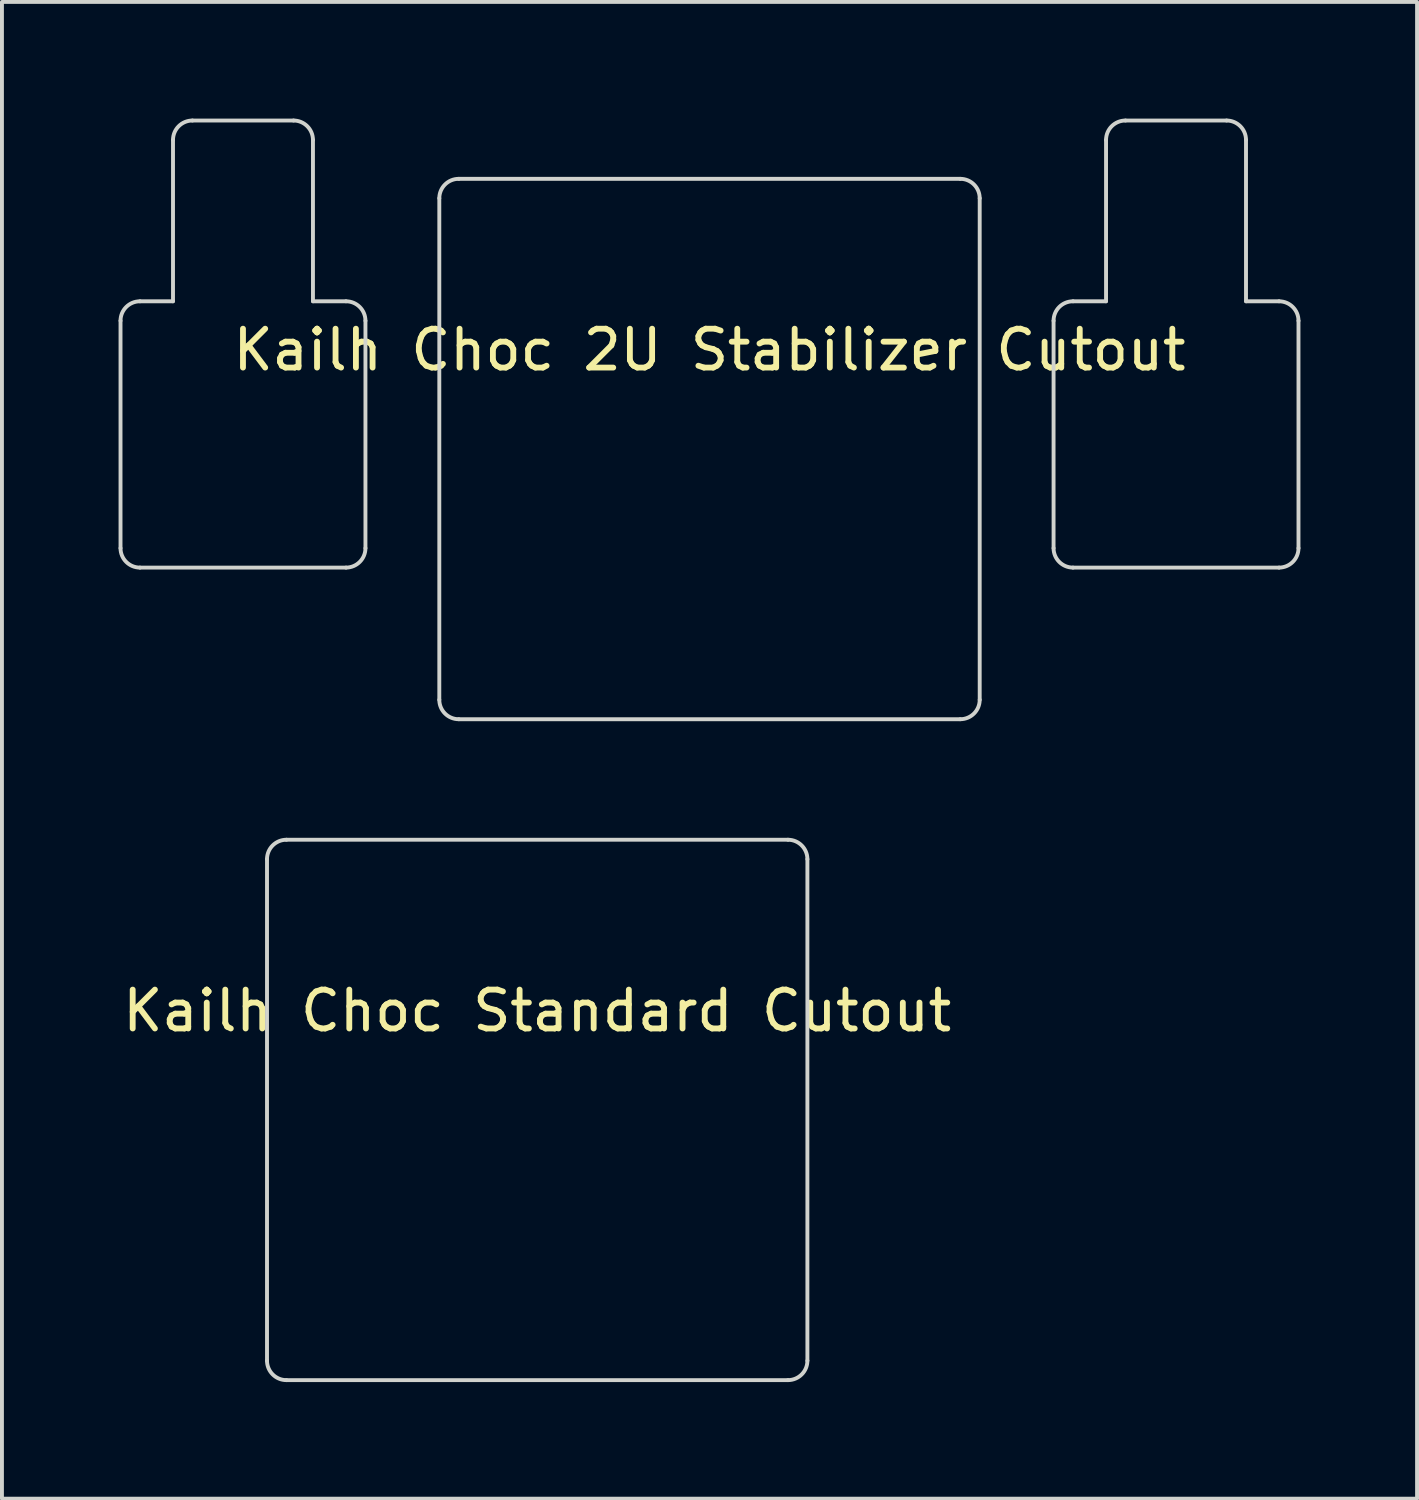
<source format=kicad_pcb>
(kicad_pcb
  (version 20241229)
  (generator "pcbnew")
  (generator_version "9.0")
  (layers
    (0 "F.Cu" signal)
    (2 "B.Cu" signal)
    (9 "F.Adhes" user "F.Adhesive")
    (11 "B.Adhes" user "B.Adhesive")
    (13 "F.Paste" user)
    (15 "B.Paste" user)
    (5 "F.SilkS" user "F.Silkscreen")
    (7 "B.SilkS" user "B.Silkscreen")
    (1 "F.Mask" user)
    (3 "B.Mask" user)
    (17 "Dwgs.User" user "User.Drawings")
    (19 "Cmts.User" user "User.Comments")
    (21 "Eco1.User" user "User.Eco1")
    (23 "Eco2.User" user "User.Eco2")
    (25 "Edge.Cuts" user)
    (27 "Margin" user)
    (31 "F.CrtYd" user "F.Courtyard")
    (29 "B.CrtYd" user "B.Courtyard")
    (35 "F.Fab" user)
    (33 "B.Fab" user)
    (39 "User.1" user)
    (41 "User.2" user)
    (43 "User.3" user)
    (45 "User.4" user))
  (footprint "Kailh Choc Standard Cutout"
    (layer "F.Cu")
    (at 10.768 25.5)
    (property "Reference" "Kailh Choc Standard Cutout" (at 0 -2.55 0) (unlocked yes) (layer "F.SilkS") (effects (font (size 1 1) (thickness 0.15))))
    (fp_line (start -6.95 -6.45) (end -6.95 6.45) (stroke (width 0.1) (type solid)) (layer "Edge.Cuts"))
    (fp_line (start -6.45 6.95) (end 6.45 6.95) (stroke (width 0.1) (type solid)) (layer "Edge.Cuts"))
    (fp_line (start 6.45 -6.95) (end -6.45 -6.95) (stroke (width 0.1) (type solid)) (layer "Edge.Cuts"))
    (fp_line (start 6.95 6.45) (end 6.95 -6.45) (stroke (width 0.1) (type solid)) (layer "Edge.Cuts"))
    (fp_arc (start -6.95 -6.45) (mid -6.803553 -6.803553) (end -6.45 -6.95) (stroke (width 0.1) (type solid)) (layer "Edge.Cuts"))
    (fp_arc (start -6.45 6.95) (mid -6.803553 6.803553) (end -6.95 6.45) (stroke (width 0.1) (type solid)) (layer "Edge.Cuts"))
    (fp_arc (start 6.45 -6.95) (mid 6.803553 -6.803553) (end 6.95 -6.45) (stroke (width 0.1) (type solid)) (layer "Edge.Cuts"))
    (fp_arc (start 6.95 6.45) (mid 6.803553 6.803553) (end 6.45 6.95) (stroke (width 0.1) (type solid)) (layer "Edge.Cuts")))
  (footprint "Kailh Choc 2U Stabilizer Cutout"
    (layer "F.Cu")
    (at 15.2 8.5)
    (property "Reference" "Kailh Choc 2U Stabilizer Cutout" (at 0 -2.55 0) (unlocked yes) (layer "F.SilkS") (effects (font (size 1 1) (thickness 0.15))))
    (fp_line (start -15.15 -3.3) (end -15.15 2.55) (stroke (width 0.1) (type solid)) (layer "Edge.Cuts"))
    (fp_line (start -14.65 3.05) (end -9.35 3.05) (stroke (width 0.1) (type solid)) (layer "Edge.Cuts"))
    (fp_line (start -13.8 -7.95) (end -13.8 -3.8) (stroke (width 0.1) (type solid)) (layer "Edge.Cuts"))
    (fp_line (start -13.8 -3.8) (end -14.65 -3.8) (stroke (width 0.1) (type solid)) (layer "Edge.Cuts"))
    (fp_line (start -10.7 -8.45) (end -13.3 -8.45) (stroke (width 0.1) (type solid)) (layer "Edge.Cuts"))
    (fp_line (start -10.2 -3.8) (end -10.2 -7.95) (stroke (width 0.1) (type solid)) (layer "Edge.Cuts"))
    (fp_line (start -9.35 -3.8) (end -10.2 -3.8) (stroke (width 0.1) (type solid)) (layer "Edge.Cuts"))
    (fp_line (start -8.85 2.55) (end -8.85 -3.3) (stroke (width 0.1) (type solid)) (layer "Edge.Cuts"))
    (fp_line (start -6.95 -6.45) (end -6.95 6.45) (stroke (width 0.1) (type solid)) (layer "Edge.Cuts"))
    (fp_line (start -6.45 6.95) (end 6.45 6.95) (stroke (width 0.1) (type solid)) (layer "Edge.Cuts"))
    (fp_line (start 6.45 -6.95) (end -6.45 -6.95) (stroke (width 0.1) (type solid)) (layer "Edge.Cuts"))
    (fp_line (start 6.95 6.45) (end 6.95 -6.45) (stroke (width 0.1) (type solid)) (layer "Edge.Cuts"))
    (fp_line (start 8.85 -3.3) (end 8.85 2.55) (stroke (width 0.1) (type solid)) (layer "Edge.Cuts"))
    (fp_line (start 9.35 3.05) (end 14.65 3.05) (stroke (width 0.1) (type solid)) (layer "Edge.Cuts"))
    (fp_line (start 10.2 -7.95) (end 10.2 -3.8) (stroke (width 0.1) (type solid)) (layer "Edge.Cuts"))
    (fp_line (start 10.2 -3.8) (end 9.35 -3.8) (stroke (width 0.1) (type solid)) (layer "Edge.Cuts"))
    (fp_line (start 13.3 -8.45) (end 10.7 -8.45) (stroke (width 0.1) (type solid)) (layer "Edge.Cuts"))
    (fp_line (start 13.8 -3.8) (end 13.8 -7.95) (stroke (width 0.1) (type solid)) (layer "Edge.Cuts"))
    (fp_line (start 14.65 -3.8) (end 13.8 -3.8) (stroke (width 0.1) (type solid)) (layer "Edge.Cuts"))
    (fp_line (start 15.15 2.55) (end 15.15 -3.3) (stroke (width 0.1) (type solid)) (layer "Edge.Cuts"))
    (fp_arc (start -15.15 -3.3) (mid -15.003553 -3.653553) (end -14.65 -3.8) (stroke (width 0.1) (type solid)) (layer "Edge.Cuts"))
    (fp_arc (start -14.65 3.05) (mid -15.003553 2.903553) (end -15.15 2.55) (stroke (width 0.1) (type solid)) (layer "Edge.Cuts"))
    (fp_arc (start -13.8 -7.95) (mid -13.653553 -8.303553) (end -13.3 -8.45) (stroke (width 0.1) (type solid)) (layer "Edge.Cuts"))
    (fp_arc (start -10.7 -8.45) (mid -10.346447 -8.303553) (end -10.2 -7.95) (stroke (width 0.1) (type solid)) (layer "Edge.Cuts"))
    (fp_arc (start -9.35 -3.8) (mid -8.996447 -3.653553) (end -8.85 -3.3) (stroke (width 0.1) (type solid)) (layer "Edge.Cuts"))
    (fp_arc (start -8.85 2.55) (mid -8.996447 2.903553) (end -9.35 3.05) (stroke (width 0.1) (type solid)) (layer "Edge.Cuts"))
    (fp_arc (start -6.95 -6.45) (mid -6.803553 -6.803553) (end -6.45 -6.95) (stroke (width 0.1) (type solid)) (layer "Edge.Cuts"))
    (fp_arc (start -6.45 6.95) (mid -6.803553 6.803553) (end -6.95 6.45) (stroke (width 0.1) (type solid)) (layer "Edge.Cuts"))
    (fp_arc (start 6.45 -6.95) (mid 6.803553 -6.803553) (end 6.95 -6.45) (stroke (width 0.1) (type solid)) (layer "Edge.Cuts"))
    (fp_arc (start 6.95 6.45) (mid 6.803553 6.803553) (end 6.45 6.95) (stroke (width 0.1) (type solid)) (layer "Edge.Cuts"))
    (fp_arc (start 8.85 -3.3) (mid 8.996447 -3.653553) (end 9.35 -3.8) (stroke (width 0.1) (type solid)) (layer "Edge.Cuts"))
    (fp_arc (start 9.35 3.05) (mid 8.996447 2.903553) (end 8.85 2.55) (stroke (width 0.1) (type solid)) (layer "Edge.Cuts"))
    (fp_arc (start 10.2 -7.95) (mid 10.346447 -8.303553) (end 10.7 -8.45) (stroke (width 0.1) (type solid)) (layer "Edge.Cuts"))
    (fp_arc (start 13.3 -8.45) (mid 13.653553 -8.303553) (end 13.8 -7.95) (stroke (width 0.1) (type solid)) (layer "Edge.Cuts"))
    (fp_arc (start 14.65 -3.8) (mid 15.003553 -3.653553) (end 15.15 -3.3) (stroke (width 0.1) (type solid)) (layer "Edge.Cuts"))
    (fp_arc (start 15.15 2.55) (mid 15.003553 2.903553) (end 14.65 3.05) (stroke (width 0.1) (type solid)) (layer "Edge.Cuts")))
  (gr_rect
    (start -3 -3)
    (end 33.4 35.5)
    (stroke (width 0.1) (type default))
    (fill no)
    (layer "Edge.Cuts")))
</source>
